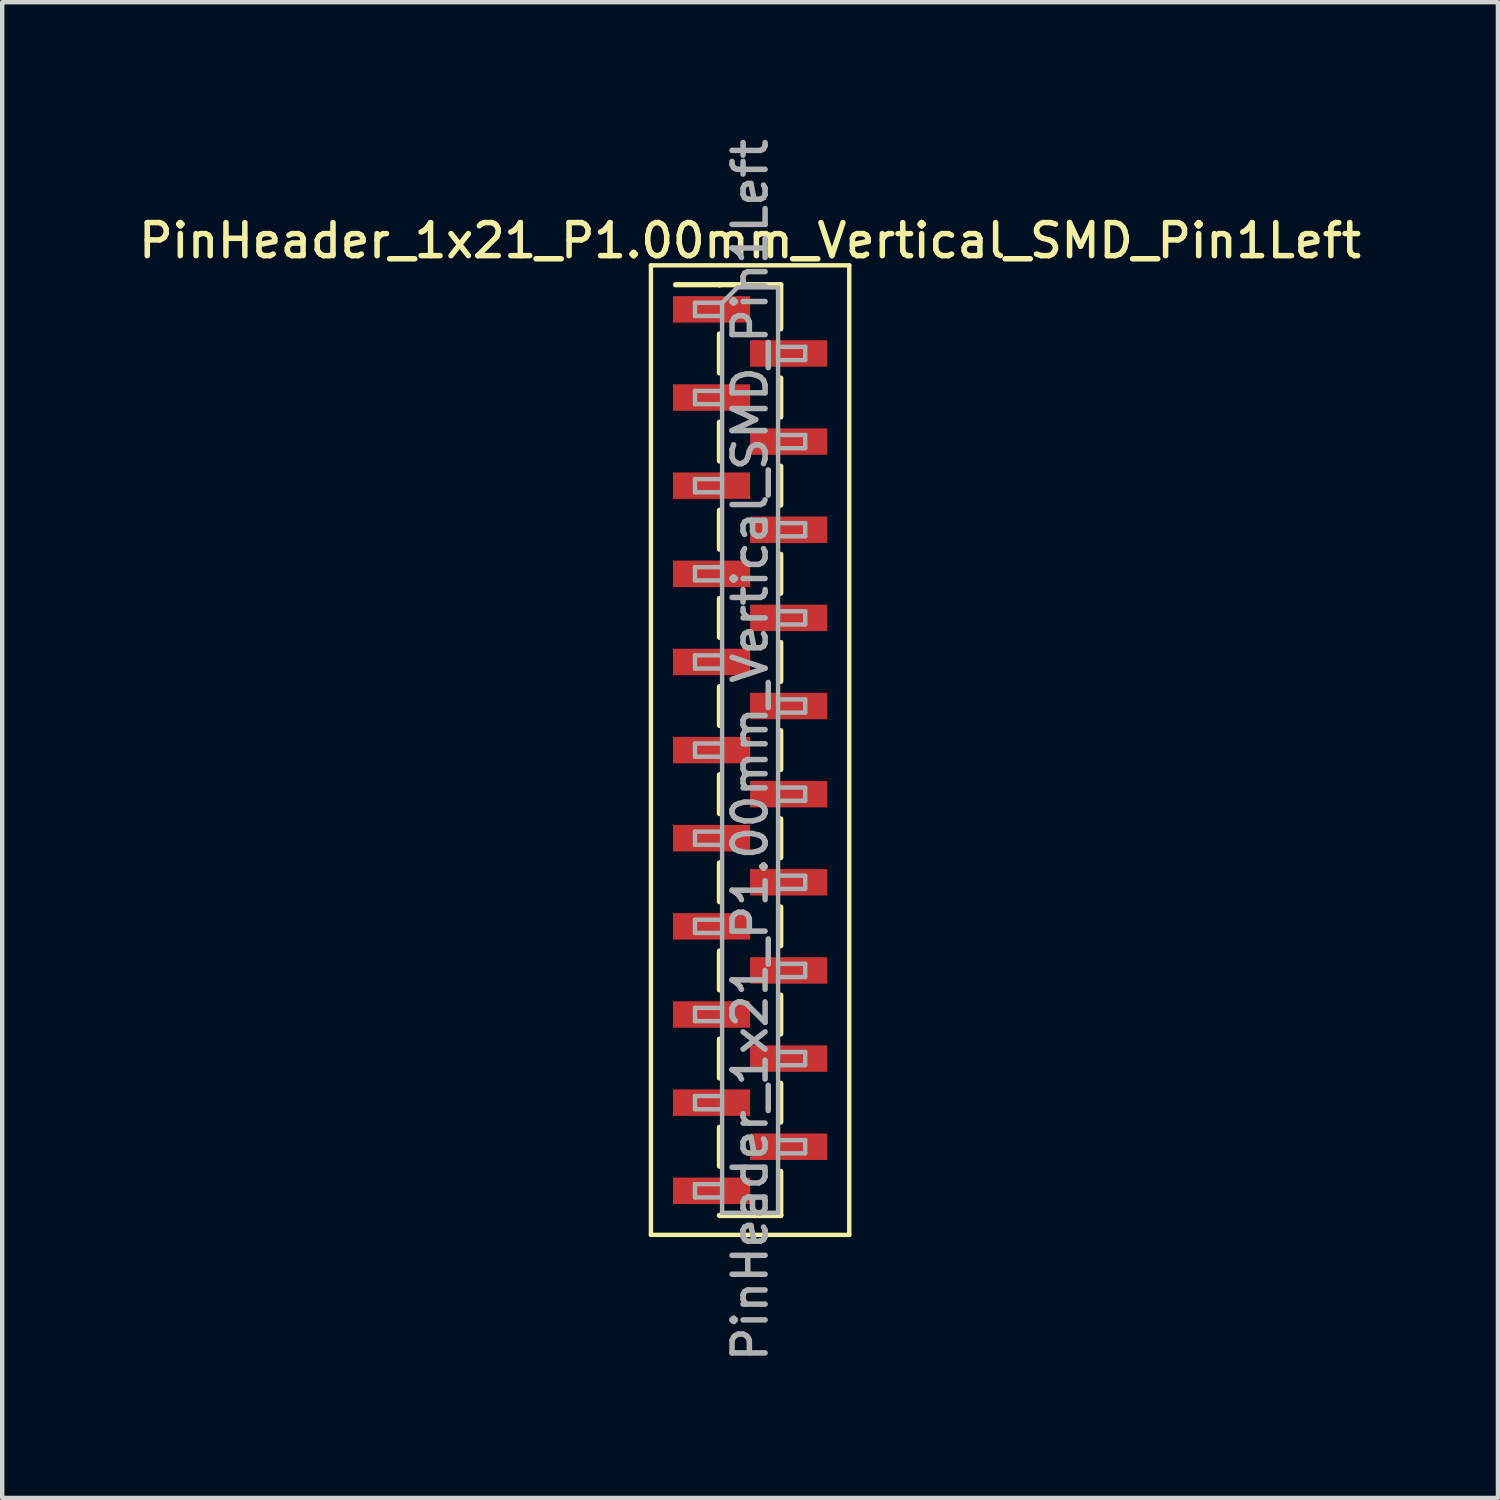
<source format=kicad_pcb>
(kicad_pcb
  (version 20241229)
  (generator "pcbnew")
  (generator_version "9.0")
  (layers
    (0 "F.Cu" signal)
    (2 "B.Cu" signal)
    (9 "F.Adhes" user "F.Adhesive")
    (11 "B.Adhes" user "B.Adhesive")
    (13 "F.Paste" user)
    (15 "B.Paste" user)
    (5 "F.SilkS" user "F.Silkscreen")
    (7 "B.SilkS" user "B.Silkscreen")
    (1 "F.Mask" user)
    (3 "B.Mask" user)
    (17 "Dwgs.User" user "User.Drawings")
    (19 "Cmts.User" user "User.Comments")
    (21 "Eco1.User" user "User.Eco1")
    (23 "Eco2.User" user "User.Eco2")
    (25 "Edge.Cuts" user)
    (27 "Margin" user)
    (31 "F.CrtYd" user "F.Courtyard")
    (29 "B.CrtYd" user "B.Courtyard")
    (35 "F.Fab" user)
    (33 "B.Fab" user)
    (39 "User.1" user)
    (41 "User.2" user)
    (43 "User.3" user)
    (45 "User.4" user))
  (footprint "PinHeader_1x21_P1.00mm_Vertical_SMD_Pin1Left"
    (layer "F.Cu")
    (at 13.97 13.97)
    (property "Reference" "PinHeader_1x21_P1.00mm_Vertical_SMD_Pin1Left" (at 0 -11.56 0) (layer "F.SilkS") (effects (font (size 0.75 0.75) (thickness 0.125))))
    (attr smd)
    (fp_line (start -2.25 -11) (end -2.25 11) (stroke (width 0.1) (type solid)) (layer "F.SilkS"))
    (fp_line (start -2.25 11) (end 2.25 11) (stroke (width 0.1) (type solid)) (layer "F.SilkS"))
    (fp_line (start -0.695 -10.56) (end -1.69 -10.56) (stroke (width 0.12) (type solid)) (layer "F.SilkS"))
    (fp_line (start -0.695 -10.56) (end -0.695 -10.56) (stroke (width 0.12) (type solid)) (layer "F.SilkS"))
    (fp_line (start -0.695 -10.56) (end 0.695 -10.56) (stroke (width 0.12) (type solid)) (layer "F.SilkS"))
    (fp_line (start -0.695 -9.44) (end -0.695 -8.56) (stroke (width 0.12) (type solid)) (layer "F.SilkS"))
    (fp_line (start -0.695 -7.44) (end -0.695 -6.56) (stroke (width 0.12) (type solid)) (layer "F.SilkS"))
    (fp_line (start -0.695 -5.44) (end -0.695 -4.56) (stroke (width 0.12) (type solid)) (layer "F.SilkS"))
    (fp_line (start -0.695 -3.44) (end -0.695 -2.56) (stroke (width 0.12) (type solid)) (layer "F.SilkS"))
    (fp_line (start -0.695 -1.44) (end -0.695 -0.56) (stroke (width 0.12) (type solid)) (layer "F.SilkS"))
    (fp_line (start -0.695 0.56) (end -0.695 1.44) (stroke (width 0.12) (type solid)) (layer "F.SilkS"))
    (fp_line (start -0.695 2.56) (end -0.695 3.44) (stroke (width 0.12) (type solid)) (layer "F.SilkS"))
    (fp_line (start -0.695 4.56) (end -0.695 5.44) (stroke (width 0.12) (type solid)) (layer "F.SilkS"))
    (fp_line (start -0.695 6.56) (end -0.695 7.44) (stroke (width 0.12) (type solid)) (layer "F.SilkS"))
    (fp_line (start -0.695 8.56) (end -0.695 9.44) (stroke (width 0.12) (type solid)) (layer "F.SilkS"))
    (fp_line (start -0.695 10.56) (end 0.695 10.56) (stroke (width 0.12) (type solid)) (layer "F.SilkS"))
    (fp_line (start 0.695 -10.56) (end 0.695 -9.56) (stroke (width 0.12) (type solid)) (layer "F.SilkS"))
    (fp_line (start 0.695 -8.44) (end 0.695 -7.56) (stroke (width 0.12) (type solid)) (layer "F.SilkS"))
    (fp_line (start 0.695 -6.44) (end 0.695 -5.56) (stroke (width 0.12) (type solid)) (layer "F.SilkS"))
    (fp_line (start 0.695 -4.44) (end 0.695 -3.56) (stroke (width 0.12) (type solid)) (layer "F.SilkS"))
    (fp_line (start 0.695 -2.44) (end 0.695 -1.56) (stroke (width 0.12) (type solid)) (layer "F.SilkS"))
    (fp_line (start 0.695 -0.44) (end 0.695 0.44) (stroke (width 0.12) (type solid)) (layer "F.SilkS"))
    (fp_line (start 0.695 1.56) (end 0.695 2.44) (stroke (width 0.12) (type solid)) (layer "F.SilkS"))
    (fp_line (start 0.695 3.56) (end 0.695 4.44) (stroke (width 0.12) (type solid)) (layer "F.SilkS"))
    (fp_line (start 0.695 5.56) (end 0.695 6.44) (stroke (width 0.12) (type solid)) (layer "F.SilkS"))
    (fp_line (start 0.695 7.56) (end 0.695 8.44) (stroke (width 0.12) (type solid)) (layer "F.SilkS"))
    (fp_line (start 0.695 9.56) (end 0.695 10.56) (stroke (width 0.12) (type solid)) (layer "F.SilkS"))
    (fp_line (start 0.695 10.56) (end 0.695 10.56) (stroke (width 0.12) (type solid)) (layer "F.SilkS"))
    (fp_line (start 2.25 -11) (end -2.25 -11) (stroke (width 0.1) (type solid)) (layer "F.SilkS"))
    (fp_line (start 2.25 11) (end 2.25 -11) (stroke (width 0.1) (type solid)) (layer "F.SilkS"))
    (fp_line (start -1.25 -10.15) (end -1.25 -9.85) (stroke (width 0.1) (type solid)) (layer "F.Fab"))
    (fp_line (start -1.25 -9.85) (end -0.635 -9.85) (stroke (width 0.1) (type solid)) (layer "F.Fab"))
    (fp_line (start -1.25 -8.15) (end -1.25 -7.85) (stroke (width 0.1) (type solid)) (layer "F.Fab"))
    (fp_line (start -1.25 -7.85) (end -0.635 -7.85) (stroke (width 0.1) (type solid)) (layer "F.Fab"))
    (fp_line (start -1.25 -6.15) (end -1.25 -5.85) (stroke (width 0.1) (type solid)) (layer "F.Fab"))
    (fp_line (start -1.25 -5.85) (end -0.635 -5.85) (stroke (width 0.1) (type solid)) (layer "F.Fab"))
    (fp_line (start -1.25 -4.15) (end -1.25 -3.85) (stroke (width 0.1) (type solid)) (layer "F.Fab"))
    (fp_line (start -1.25 -3.85) (end -0.635 -3.85) (stroke (width 0.1) (type solid)) (layer "F.Fab"))
    (fp_line (start -1.25 -2.15) (end -1.25 -1.85) (stroke (width 0.1) (type solid)) (layer "F.Fab"))
    (fp_line (start -1.25 -1.85) (end -0.635 -1.85) (stroke (width 0.1) (type solid)) (layer "F.Fab"))
    (fp_line (start -1.25 -0.15) (end -1.25 0.15) (stroke (width 0.1) (type solid)) (layer "F.Fab"))
    (fp_line (start -1.25 0.15) (end -0.635 0.15) (stroke (width 0.1) (type solid)) (layer "F.Fab"))
    (fp_line (start -1.25 1.85) (end -1.25 2.15) (stroke (width 0.1) (type solid)) (layer "F.Fab"))
    (fp_line (start -1.25 2.15) (end -0.635 2.15) (stroke (width 0.1) (type solid)) (layer "F.Fab"))
    (fp_line (start -1.25 3.85) (end -1.25 4.15) (stroke (width 0.1) (type solid)) (layer "F.Fab"))
    (fp_line (start -1.25 4.15) (end -0.635 4.15) (stroke (width 0.1) (type solid)) (layer "F.Fab"))
    (fp_line (start -1.25 5.85) (end -1.25 6.15) (stroke (width 0.1) (type solid)) (layer "F.Fab"))
    (fp_line (start -1.25 6.15) (end -0.635 6.15) (stroke (width 0.1) (type solid)) (layer "F.Fab"))
    (fp_line (start -1.25 7.85) (end -1.25 8.15) (stroke (width 0.1) (type solid)) (layer "F.Fab"))
    (fp_line (start -1.25 8.15) (end -0.635 8.15) (stroke (width 0.1) (type solid)) (layer "F.Fab"))
    (fp_line (start -1.25 9.85) (end -1.25 10.15) (stroke (width 0.1) (type solid)) (layer "F.Fab"))
    (fp_line (start -1.25 10.15) (end -0.635 10.15) (stroke (width 0.1) (type solid)) (layer "F.Fab"))
    (fp_line (start -0.635 -10.15) (end -1.25 -10.15) (stroke (width 0.1) (type solid)) (layer "F.Fab"))
    (fp_line (start -0.635 -10.15) (end -0.285 -10.5) (stroke (width 0.1) (type solid)) (layer "F.Fab"))
    (fp_line (start -0.635 -8.15) (end -1.25 -8.15) (stroke (width 0.1) (type solid)) (layer "F.Fab"))
    (fp_line (start -0.635 -6.15) (end -1.25 -6.15) (stroke (width 0.1) (type solid)) (layer "F.Fab"))
    (fp_line (start -0.635 -4.15) (end -1.25 -4.15) (stroke (width 0.1) (type solid)) (layer "F.Fab"))
    (fp_line (start -0.635 -2.15) (end -1.25 -2.15) (stroke (width 0.1) (type solid)) (layer "F.Fab"))
    (fp_line (start -0.635 -0.15) (end -1.25 -0.15) (stroke (width 0.1) (type solid)) (layer "F.Fab"))
    (fp_line (start -0.635 1.85) (end -1.25 1.85) (stroke (width 0.1) (type solid)) (layer "F.Fab"))
    (fp_line (start -0.635 3.85) (end -1.25 3.85) (stroke (width 0.1) (type solid)) (layer "F.Fab"))
    (fp_line (start -0.635 5.85) (end -1.25 5.85) (stroke (width 0.1) (type solid)) (layer "F.Fab"))
    (fp_line (start -0.635 7.85) (end -1.25 7.85) (stroke (width 0.1) (type solid)) (layer "F.Fab"))
    (fp_line (start -0.635 9.85) (end -1.25 9.85) (stroke (width 0.1) (type solid)) (layer "F.Fab"))
    (fp_line (start -0.635 10.5) (end -0.635 -10.15) (stroke (width 0.1) (type solid)) (layer "F.Fab"))
    (fp_line (start -0.285 -10.5) (end 0.635 -10.5) (stroke (width 0.1) (type solid)) (layer "F.Fab"))
    (fp_line (start 0.635 -10.5) (end 0.635 10.5) (stroke (width 0.1) (type solid)) (layer "F.Fab"))
    (fp_line (start 0.635 -9.15) (end 1.25 -9.15) (stroke (width 0.1) (type solid)) (layer "F.Fab"))
    (fp_line (start 0.635 -7.15) (end 1.25 -7.15) (stroke (width 0.1) (type solid)) (layer "F.Fab"))
    (fp_line (start 0.635 -5.15) (end 1.25 -5.15) (stroke (width 0.1) (type solid)) (layer "F.Fab"))
    (fp_line (start 0.635 -3.15) (end 1.25 -3.15) (stroke (width 0.1) (type solid)) (layer "F.Fab"))
    (fp_line (start 0.635 -1.15) (end 1.25 -1.15) (stroke (width 0.1) (type solid)) (layer "F.Fab"))
    (fp_line (start 0.635 0.85) (end 1.25 0.85) (stroke (width 0.1) (type solid)) (layer "F.Fab"))
    (fp_line (start 0.635 2.85) (end 1.25 2.85) (stroke (width 0.1) (type solid)) (layer "F.Fab"))
    (fp_line (start 0.635 4.85) (end 1.25 4.85) (stroke (width 0.1) (type solid)) (layer "F.Fab"))
    (fp_line (start 0.635 6.85) (end 1.25 6.85) (stroke (width 0.1) (type solid)) (layer "F.Fab"))
    (fp_line (start 0.635 8.85) (end 1.25 8.85) (stroke (width 0.1) (type solid)) (layer "F.Fab"))
    (fp_line (start 0.635 10.5) (end -0.635 10.5) (stroke (width 0.1) (type solid)) (layer "F.Fab"))
    (fp_line (start 1.25 -9.15) (end 1.25 -8.85) (stroke (width 0.1) (type solid)) (layer "F.Fab"))
    (fp_line (start 1.25 -8.85) (end 0.635 -8.85) (stroke (width 0.1) (type solid)) (layer "F.Fab"))
    (fp_line (start 1.25 -7.15) (end 1.25 -6.85) (stroke (width 0.1) (type solid)) (layer "F.Fab"))
    (fp_line (start 1.25 -6.85) (end 0.635 -6.85) (stroke (width 0.1) (type solid)) (layer "F.Fab"))
    (fp_line (start 1.25 -5.15) (end 1.25 -4.85) (stroke (width 0.1) (type solid)) (layer "F.Fab"))
    (fp_line (start 1.25 -4.85) (end 0.635 -4.85) (stroke (width 0.1) (type solid)) (layer "F.Fab"))
    (fp_line (start 1.25 -3.15) (end 1.25 -2.85) (stroke (width 0.1) (type solid)) (layer "F.Fab"))
    (fp_line (start 1.25 -2.85) (end 0.635 -2.85) (stroke (width 0.1) (type solid)) (layer "F.Fab"))
    (fp_line (start 1.25 -1.15) (end 1.25 -0.85) (stroke (width 0.1) (type solid)) (layer "F.Fab"))
    (fp_line (start 1.25 -0.85) (end 0.635 -0.85) (stroke (width 0.1) (type solid)) (layer "F.Fab"))
    (fp_line (start 1.25 0.85) (end 1.25 1.15) (stroke (width 0.1) (type solid)) (layer "F.Fab"))
    (fp_line (start 1.25 1.15) (end 0.635 1.15) (stroke (width 0.1) (type solid)) (layer "F.Fab"))
    (fp_line (start 1.25 2.85) (end 1.25 3.15) (stroke (width 0.1) (type solid)) (layer "F.Fab"))
    (fp_line (start 1.25 3.15) (end 0.635 3.15) (stroke (width 0.1) (type solid)) (layer "F.Fab"))
    (fp_line (start 1.25 4.85) (end 1.25 5.15) (stroke (width 0.1) (type solid)) (layer "F.Fab"))
    (fp_line (start 1.25 5.15) (end 0.635 5.15) (stroke (width 0.1) (type solid)) (layer "F.Fab"))
    (fp_line (start 1.25 6.85) (end 1.25 7.15) (stroke (width 0.1) (type solid)) (layer "F.Fab"))
    (fp_line (start 1.25 7.15) (end 0.635 7.15) (stroke (width 0.1) (type solid)) (layer "F.Fab"))
    (fp_line (start 1.25 8.85) (end 1.25 9.15) (stroke (width 0.1) (type solid)) (layer "F.Fab"))
    (fp_line (start 1.25 9.15) (end 0.635 9.15) (stroke (width 0.1) (type solid)) (layer "F.Fab"))
    (fp_text user "${REFERENCE}" (at 0 0 90) (layer "F.Fab") (effects (font (size 0.75 0.75) (thickness 0.125))))
    (pad "1" smd rect (at -0.875 -10) (size 1.75 0.6) (layers "F.Cu" "F.Mask" "F.Paste"))
    (pad "2" smd rect (at 0.875 -9) (size 1.75 0.6) (layers "F.Cu" "F.Mask" "F.Paste"))
    (pad "3" smd rect (at -0.875 -8) (size 1.75 0.6) (layers "F.Cu" "F.Mask" "F.Paste"))
    (pad "4" smd rect (at 0.875 -7) (size 1.75 0.6) (layers "F.Cu" "F.Mask" "F.Paste"))
    (pad "5" smd rect (at -0.875 -6) (size 1.75 0.6) (layers "F.Cu" "F.Mask" "F.Paste"))
    (pad "6" smd rect (at 0.875 -5) (size 1.75 0.6) (layers "F.Cu" "F.Mask" "F.Paste"))
    (pad "7" smd rect (at -0.875 -4) (size 1.75 0.6) (layers "F.Cu" "F.Mask" "F.Paste"))
    (pad "8" smd rect (at 0.875 -3) (size 1.75 0.6) (layers "F.Cu" "F.Mask" "F.Paste"))
    (pad "9" smd rect (at -0.875 -2) (size 1.75 0.6) (layers "F.Cu" "F.Mask" "F.Paste"))
    (pad "10" smd rect (at 0.875 -1) (size 1.75 0.6) (layers "F.Cu" "F.Mask" "F.Paste"))
    (pad "11" smd rect (at -0.875 0) (size 1.75 0.6) (layers "F.Cu" "F.Mask" "F.Paste"))
    (pad "12" smd rect (at 0.875 1) (size 1.75 0.6) (layers "F.Cu" "F.Mask" "F.Paste"))
    (pad "13" smd rect (at -0.875 2) (size 1.75 0.6) (layers "F.Cu" "F.Mask" "F.Paste"))
    (pad "14" smd rect (at 0.875 3) (size 1.75 0.6) (layers "F.Cu" "F.Mask" "F.Paste"))
    (pad "15" smd rect (at -0.875 4) (size 1.75 0.6) (layers "F.Cu" "F.Mask" "F.Paste"))
    (pad "16" smd rect (at 0.875 5) (size 1.75 0.6) (layers "F.Cu" "F.Mask" "F.Paste"))
    (pad "17" smd rect (at -0.875 6) (size 1.75 0.6) (layers "F.Cu" "F.Mask" "F.Paste"))
    (pad "18" smd rect (at 0.875 7) (size 1.75 0.6) (layers "F.Cu" "F.Mask" "F.Paste"))
    (pad "19" smd rect (at -0.875 8) (size 1.75 0.6) (layers "F.Cu" "F.Mask" "F.Paste"))
    (pad "20" smd rect (at 0.875 9) (size 1.75 0.6) (layers "F.Cu" "F.Mask" "F.Paste"))
    (pad "21" smd rect (at -0.875 10) (size 1.75 0.6) (layers "F.Cu" "F.Mask" "F.Paste")))
  (gr_rect
    (start -3 -3)
    (end 30.939 30.939)
    (stroke (width 0.1) (type default))
    (fill no)
    (layer "Edge.Cuts")))
</source>
